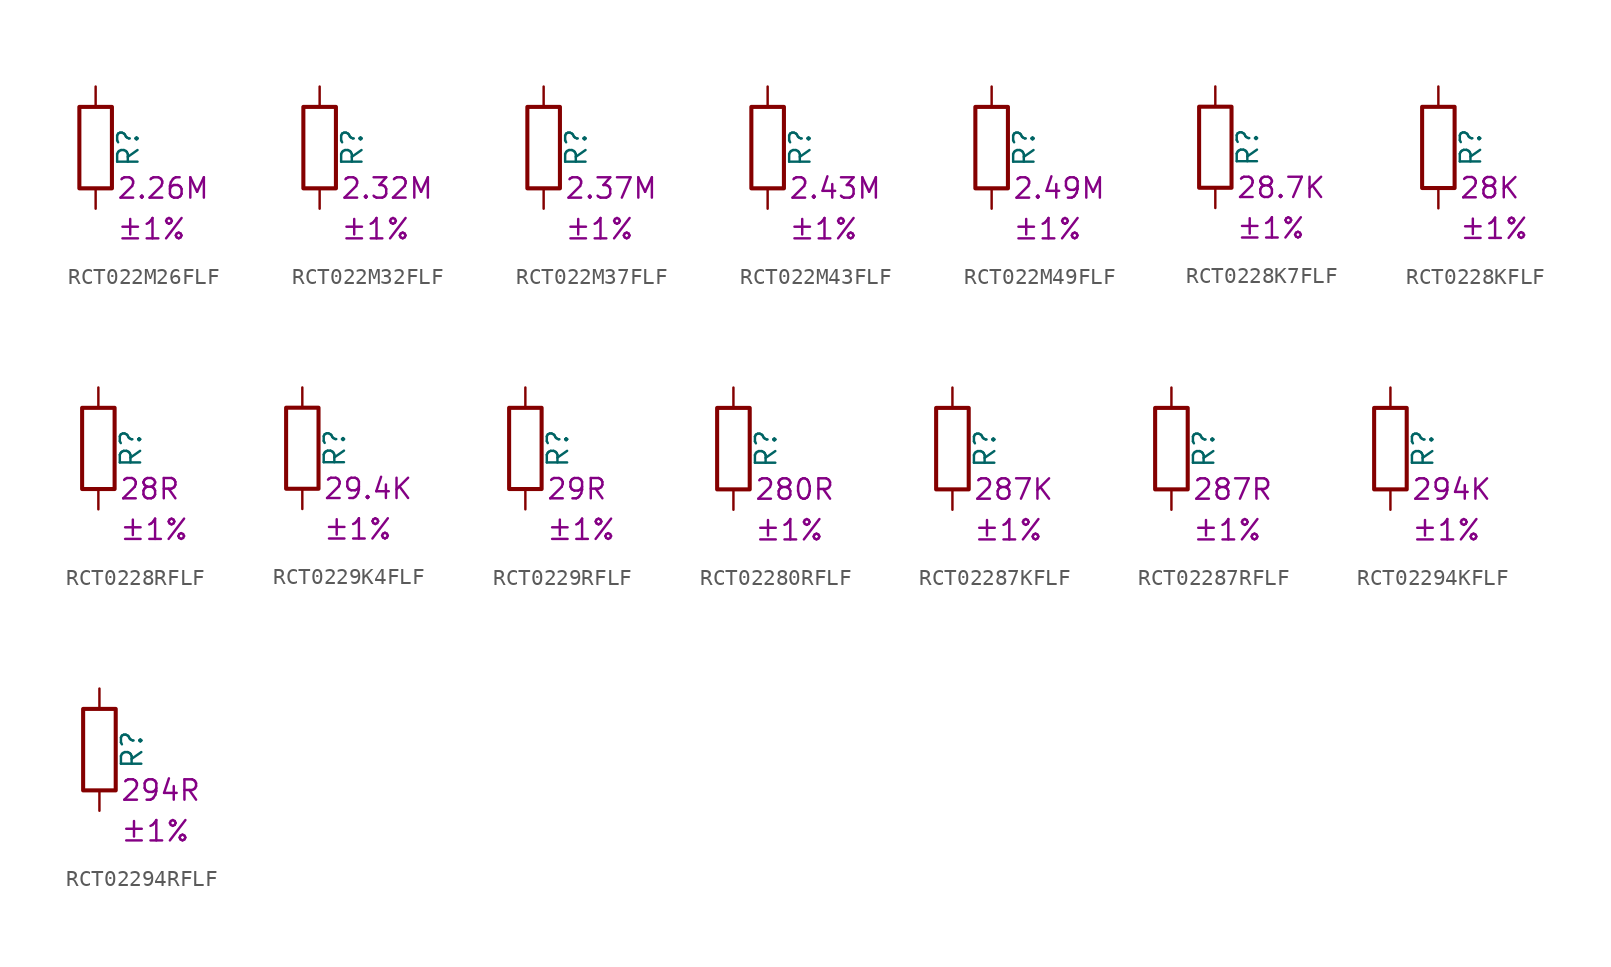
<source format=kicad_sym>
(kicad_symbol_lib
  (version 20220914)
  (generator kicad_symbol_editor)
  (symbol "RCT022M26FLF"
    (pin_numbers hide)
    (pin_names
      (offset 0))
    (property "Reference" "R"
      (at 2.032 0 90)
      (effects (font (size 1.27 1.27))))
    (property "Resistance" "2.26M"
      (at 1.27 -2.54 0)
      (effects (font (size 1.27 1.27)) (justify left)))
    (property "Tolerance" "±1%"
      (at 1.27 -5.08 0)
      (effects (font (size 1.27 1.27)) (justify left)))
    (symbol "RCT022M26FLF_0_1"
      (rectangle (start -1.016 -2.54) (end 1.016 2.54) (stroke (width 0.254) (type default)) (fill (type none))))
    (symbol "RCT022M26FLF_1_1"
      (pin passive line (at 0 3.81 270) (length 1.27) (name "~" (effects (font (size 1.27 1.27)))) (number "1" (effects (font (size 1.27 1.27)))))
      (pin passive line (at 0 -3.81 90) (length 1.27) (name "~" (effects (font (size 1.27 1.27)))) (number "2" (effects (font (size 1.27 1.27)))))))
  (symbol "RCT022M32FLF"
    (pin_numbers hide)
    (pin_names
      (offset 0))
    (property "Reference" "R"
      (at 2.032 0 90)
      (effects (font (size 1.27 1.27))))
    (property "Resistance" "2.32M"
      (at 1.27 -2.54 0)
      (effects (font (size 1.27 1.27)) (justify left)))
    (property "Tolerance" "±1%"
      (at 1.27 -5.08 0)
      (effects (font (size 1.27 1.27)) (justify left)))
    (symbol "RCT022M32FLF_0_1"
      (rectangle (start -1.016 -2.54) (end 1.016 2.54) (stroke (width 0.254) (type default)) (fill (type none))))
    (symbol "RCT022M32FLF_1_1"
      (pin passive line (at 0 3.81 270) (length 1.27) (name "~" (effects (font (size 1.27 1.27)))) (number "1" (effects (font (size 1.27 1.27)))))
      (pin passive line (at 0 -3.81 90) (length 1.27) (name "~" (effects (font (size 1.27 1.27)))) (number "2" (effects (font (size 1.27 1.27)))))))
  (symbol "RCT022M37FLF"
    (pin_numbers hide)
    (pin_names
      (offset 0))
    (property "Reference" "R"
      (at 2.032 0 90)
      (effects (font (size 1.27 1.27))))
    (property "Resistance" "2.37M"
      (at 1.27 -2.54 0)
      (effects (font (size 1.27 1.27)) (justify left)))
    (property "Tolerance" "±1%"
      (at 1.27 -5.08 0)
      (effects (font (size 1.27 1.27)) (justify left)))
    (symbol "RCT022M37FLF_0_1"
      (rectangle (start -1.016 -2.54) (end 1.016 2.54) (stroke (width 0.254) (type default)) (fill (type none))))
    (symbol "RCT022M37FLF_1_1"
      (pin passive line (at 0 3.81 270) (length 1.27) (name "~" (effects (font (size 1.27 1.27)))) (number "1" (effects (font (size 1.27 1.27)))))
      (pin passive line (at 0 -3.81 90) (length 1.27) (name "~" (effects (font (size 1.27 1.27)))) (number "2" (effects (font (size 1.27 1.27)))))))
  (symbol "RCT022M43FLF"
    (pin_numbers hide)
    (pin_names
      (offset 0))
    (property "Reference" "R"
      (at 2.032 0 90)
      (effects (font (size 1.27 1.27))))
    (property "Resistance" "2.43M"
      (at 1.27 -2.54 0)
      (effects (font (size 1.27 1.27)) (justify left)))
    (property "Tolerance" "±1%"
      (at 1.27 -5.08 0)
      (effects (font (size 1.27 1.27)) (justify left)))
    (symbol "RCT022M43FLF_0_1"
      (rectangle (start -1.016 -2.54) (end 1.016 2.54) (stroke (width 0.254) (type default)) (fill (type none))))
    (symbol "RCT022M43FLF_1_1"
      (pin passive line (at 0 3.81 270) (length 1.27) (name "~" (effects (font (size 1.27 1.27)))) (number "1" (effects (font (size 1.27 1.27)))))
      (pin passive line (at 0 -3.81 90) (length 1.27) (name "~" (effects (font (size 1.27 1.27)))) (number "2" (effects (font (size 1.27 1.27)))))))
  (symbol "RCT022M49FLF"
    (pin_numbers hide)
    (pin_names
      (offset 0))
    (property "Reference" "R"
      (at 2.032 0 90)
      (effects (font (size 1.27 1.27))))
    (property "Resistance" "2.49M"
      (at 1.27 -2.54 0)
      (effects (font (size 1.27 1.27)) (justify left)))
    (property "Tolerance" "±1%"
      (at 1.27 -5.08 0)
      (effects (font (size 1.27 1.27)) (justify left)))
    (symbol "RCT022M49FLF_0_1"
      (rectangle (start -1.016 -2.54) (end 1.016 2.54) (stroke (width 0.254) (type default)) (fill (type none))))
    (symbol "RCT022M49FLF_1_1"
      (pin passive line (at 0 3.81 270) (length 1.27) (name "~" (effects (font (size 1.27 1.27)))) (number "1" (effects (font (size 1.27 1.27)))))
      (pin passive line (at 0 -3.81 90) (length 1.27) (name "~" (effects (font (size 1.27 1.27)))) (number "2" (effects (font (size 1.27 1.27)))))))
  (symbol "RCT0228K7FLF"
    (pin_numbers hide)
    (pin_names
      (offset 0))
    (property "Reference" "R"
      (at 2.032 0 90)
      (effects (font (size 1.27 1.27))))
    (property "Resistance" "28.7K"
      (at 1.27 -2.54 0)
      (effects (font (size 1.27 1.27)) (justify left)))
    (property "Tolerance" "±1%"
      (at 1.27 -5.08 0)
      (effects (font (size 1.27 1.27)) (justify left)))
    (symbol "RCT0228K7FLF_0_1"
      (rectangle (start -1.016 -2.54) (end 1.016 2.54) (stroke (width 0.254) (type default)) (fill (type none))))
    (symbol "RCT0228K7FLF_1_1"
      (pin passive line (at 0 3.81 270) (length 1.27) (name "~" (effects (font (size 1.27 1.27)))) (number "1" (effects (font (size 1.27 1.27)))))
      (pin passive line (at 0 -3.81 90) (length 1.27) (name "~" (effects (font (size 1.27 1.27)))) (number "2" (effects (font (size 1.27 1.27)))))))
  (symbol "RCT0228KFLF"
    (pin_numbers hide)
    (pin_names
      (offset 0))
    (property "Reference" "R"
      (at 2.032 0 90)
      (effects (font (size 1.27 1.27))))
    (property "Resistance" "28K"
      (at 1.27 -2.54 0)
      (effects (font (size 1.27 1.27)) (justify left)))
    (property "Tolerance" "±1%"
      (at 1.27 -5.08 0)
      (effects (font (size 1.27 1.27)) (justify left)))
    (symbol "RCT0228KFLF_0_1"
      (rectangle (start -1.016 -2.54) (end 1.016 2.54) (stroke (width 0.254) (type default)) (fill (type none))))
    (symbol "RCT0228KFLF_1_1"
      (pin passive line (at 0 3.81 270) (length 1.27) (name "~" (effects (font (size 1.27 1.27)))) (number "1" (effects (font (size 1.27 1.27)))))
      (pin passive line (at 0 -3.81 90) (length 1.27) (name "~" (effects (font (size 1.27 1.27)))) (number "2" (effects (font (size 1.27 1.27)))))))
  (symbol "RCT0228RFLF"
    (pin_numbers hide)
    (pin_names
      (offset 0))
    (property "Reference" "R"
      (at 2.032 0 90)
      (effects (font (size 1.27 1.27))))
    (property "Resistance" "28R"
      (at 1.27 -2.54 0)
      (effects (font (size 1.27 1.27)) (justify left)))
    (property "Tolerance" "±1%"
      (at 1.27 -5.08 0)
      (effects (font (size 1.27 1.27)) (justify left)))
    (symbol "RCT0228RFLF_0_1"
      (rectangle (start -1.016 -2.54) (end 1.016 2.54) (stroke (width 0.254) (type default)) (fill (type none))))
    (symbol "RCT0228RFLF_1_1"
      (pin passive line (at 0 3.81 270) (length 1.27) (name "~" (effects (font (size 1.27 1.27)))) (number "1" (effects (font (size 1.27 1.27)))))
      (pin passive line (at 0 -3.81 90) (length 1.27) (name "~" (effects (font (size 1.27 1.27)))) (number "2" (effects (font (size 1.27 1.27)))))))
  (symbol "RCT0229K4FLF"
    (pin_numbers hide)
    (pin_names
      (offset 0))
    (property "Reference" "R"
      (at 2.032 0 90)
      (effects (font (size 1.27 1.27))))
    (property "Resistance" "29.4K"
      (at 1.27 -2.54 0)
      (effects (font (size 1.27 1.27)) (justify left)))
    (property "Tolerance" "±1%"
      (at 1.27 -5.08 0)
      (effects (font (size 1.27 1.27)) (justify left)))
    (symbol "RCT0229K4FLF_0_1"
      (rectangle (start -1.016 -2.54) (end 1.016 2.54) (stroke (width 0.254) (type default)) (fill (type none))))
    (symbol "RCT0229K4FLF_1_1"
      (pin passive line (at 0 3.81 270) (length 1.27) (name "~" (effects (font (size 1.27 1.27)))) (number "1" (effects (font (size 1.27 1.27)))))
      (pin passive line (at 0 -3.81 90) (length 1.27) (name "~" (effects (font (size 1.27 1.27)))) (number "2" (effects (font (size 1.27 1.27)))))))
  (symbol "RCT0229RFLF"
    (pin_numbers hide)
    (pin_names
      (offset 0))
    (property "Reference" "R"
      (at 2.032 0 90)
      (effects (font (size 1.27 1.27))))
    (property "Resistance" "29R"
      (at 1.27 -2.54 0)
      (effects (font (size 1.27 1.27)) (justify left)))
    (property "Tolerance" "±1%"
      (at 1.27 -5.08 0)
      (effects (font (size 1.27 1.27)) (justify left)))
    (symbol "RCT0229RFLF_0_1"
      (rectangle (start -1.016 -2.54) (end 1.016 2.54) (stroke (width 0.254) (type default)) (fill (type none))))
    (symbol "RCT0229RFLF_1_1"
      (pin passive line (at 0 3.81 270) (length 1.27) (name "~" (effects (font (size 1.27 1.27)))) (number "1" (effects (font (size 1.27 1.27)))))
      (pin passive line (at 0 -3.81 90) (length 1.27) (name "~" (effects (font (size 1.27 1.27)))) (number "2" (effects (font (size 1.27 1.27)))))))
  (symbol "RCT02280RFLF"
    (pin_numbers hide)
    (pin_names
      (offset 0))
    (property "Reference" "R"
      (at 2.032 0 90)
      (effects (font (size 1.27 1.27))))
    (property "Resistance" "280R"
      (at 1.27 -2.54 0)
      (effects (font (size 1.27 1.27)) (justify left)))
    (property "Tolerance" "±1%"
      (at 1.27 -5.08 0)
      (effects (font (size 1.27 1.27)) (justify left)))
    (symbol "RCT02280RFLF_0_1"
      (rectangle (start -1.016 -2.54) (end 1.016 2.54) (stroke (width 0.254) (type default)) (fill (type none))))
    (symbol "RCT02280RFLF_1_1"
      (pin passive line (at 0 3.81 270) (length 1.27) (name "~" (effects (font (size 1.27 1.27)))) (number "1" (effects (font (size 1.27 1.27)))))
      (pin passive line (at 0 -3.81 90) (length 1.27) (name "~" (effects (font (size 1.27 1.27)))) (number "2" (effects (font (size 1.27 1.27)))))))
  (symbol "RCT02287KFLF"
    (pin_numbers hide)
    (pin_names
      (offset 0))
    (property "Reference" "R"
      (at 2.032 0 90)
      (effects (font (size 1.27 1.27))))
    (property "Resistance" "287K"
      (at 1.27 -2.54 0)
      (effects (font (size 1.27 1.27)) (justify left)))
    (property "Tolerance" "±1%"
      (at 1.27 -5.08 0)
      (effects (font (size 1.27 1.27)) (justify left)))
    (symbol "RCT02287KFLF_0_1"
      (rectangle (start -1.016 -2.54) (end 1.016 2.54) (stroke (width 0.254) (type default)) (fill (type none))))
    (symbol "RCT02287KFLF_1_1"
      (pin passive line (at 0 3.81 270) (length 1.27) (name "~" (effects (font (size 1.27 1.27)))) (number "1" (effects (font (size 1.27 1.27)))))
      (pin passive line (at 0 -3.81 90) (length 1.27) (name "~" (effects (font (size 1.27 1.27)))) (number "2" (effects (font (size 1.27 1.27)))))))
  (symbol "RCT02287RFLF"
    (pin_numbers hide)
    (pin_names
      (offset 0))
    (property "Reference" "R"
      (at 2.032 0 90)
      (effects (font (size 1.27 1.27))))
    (property "Resistance" "287R"
      (at 1.27 -2.54 0)
      (effects (font (size 1.27 1.27)) (justify left)))
    (property "Tolerance" "±1%"
      (at 1.27 -5.08 0)
      (effects (font (size 1.27 1.27)) (justify left)))
    (symbol "RCT02287RFLF_0_1"
      (rectangle (start -1.016 -2.54) (end 1.016 2.54) (stroke (width 0.254) (type default)) (fill (type none))))
    (symbol "RCT02287RFLF_1_1"
      (pin passive line (at 0 3.81 270) (length 1.27) (name "~" (effects (font (size 1.27 1.27)))) (number "1" (effects (font (size 1.27 1.27)))))
      (pin passive line (at 0 -3.81 90) (length 1.27) (name "~" (effects (font (size 1.27 1.27)))) (number "2" (effects (font (size 1.27 1.27)))))))
  (symbol "RCT02294KFLF"
    (pin_numbers hide)
    (pin_names
      (offset 0))
    (property "Reference" "R"
      (at 2.032 0 90)
      (effects (font (size 1.27 1.27))))
    (property "Resistance" "294K"
      (at 1.27 -2.54 0)
      (effects (font (size 1.27 1.27)) (justify left)))
    (property "Tolerance" "±1%"
      (at 1.27 -5.08 0)
      (effects (font (size 1.27 1.27)) (justify left)))
    (symbol "RCT02294KFLF_0_1"
      (rectangle (start -1.016 -2.54) (end 1.016 2.54) (stroke (width 0.254) (type default)) (fill (type none))))
    (symbol "RCT02294KFLF_1_1"
      (pin passive line (at 0 3.81 270) (length 1.27) (name "~" (effects (font (size 1.27 1.27)))) (number "1" (effects (font (size 1.27 1.27)))))
      (pin passive line (at 0 -3.81 90) (length 1.27) (name "~" (effects (font (size 1.27 1.27)))) (number "2" (effects (font (size 1.27 1.27)))))))
  (symbol "RCT02294RFLF"
    (pin_numbers hide)
    (pin_names
      (offset 0))
    (property "Reference" "R"
      (at 2.032 0 90)
      (effects (font (size 1.27 1.27))))
    (property "Resistance" "294R"
      (at 1.27 -2.54 0)
      (effects (font (size 1.27 1.27)) (justify left)))
    (property "Tolerance" "±1%"
      (at 1.27 -5.08 0)
      (effects (font (size 1.27 1.27)) (justify left)))
    (symbol "RCT02294RFLF_0_1"
      (rectangle (start -1.016 -2.54) (end 1.016 2.54) (stroke (width 0.254) (type default)) (fill (type none))))
    (symbol "RCT02294RFLF_1_1"
      (pin passive line (at 0 3.81 270) (length 1.27) (name "~" (effects (font (size 1.27 1.27)))) (number "1" (effects (font (size 1.27 1.27)))))
      (pin passive line (at 0 -3.81 90) (length 1.27) (name "~" (effects (font (size 1.27 1.27)))) (number "2" (effects (font (size 1.27 1.27))))))))
</source>
